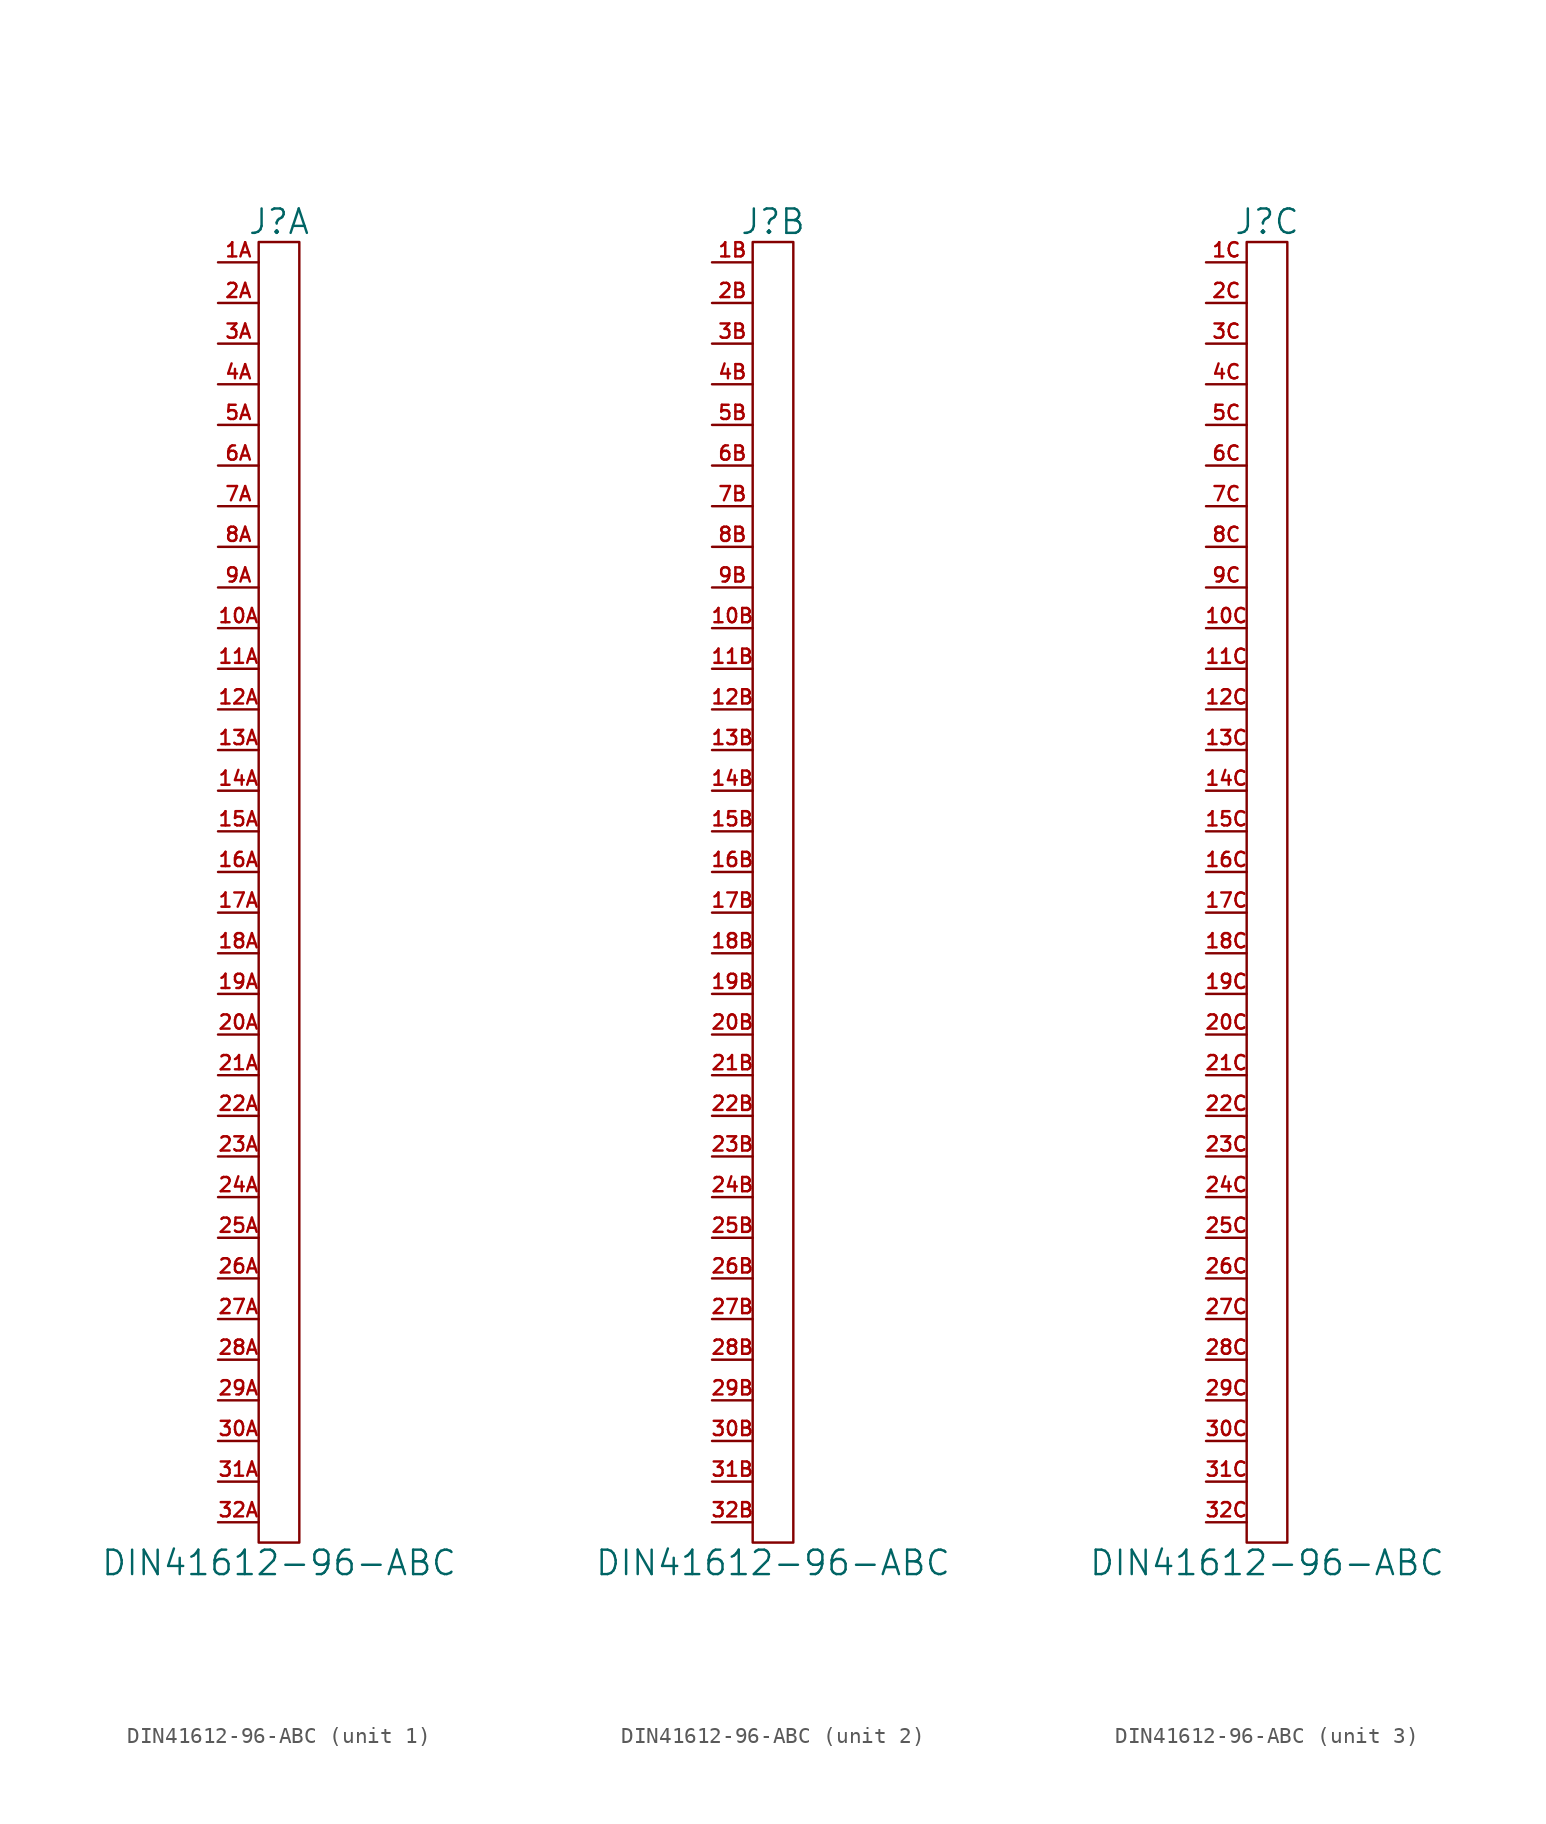
<source format=kicad_sym>
(kicad_symbol_lib
  (version 20211014)
  (generator kicad_symbol_editor)
  (symbol "DIN41612-96-ABC"
    (pin_names
      (offset 0))
    (property "Reference" "J"
      (at 0 41.91 0)
      (effects (font (size 1.524 1.524))))
    (property "Value" "DIN41612-96-ABC"
      (at 0 -41.91 0)
      (effects (font (size 1.524 1.524))))
    (property "Footprint" ""
      (at 0 0 0)
      (effects (font (size 1.524 1.524))))
    (property "Datasheet" ""
      (at 0 0 0)
      (effects (font (size 1.524 1.524))))
    (property "ki_locked" ""
      (at 0 0 0)
      (effects (font (size 1.27 1.27))))
    (symbol "DIN41612-96-ABC_0_1"
      (rectangle (start -1.27 40.64) (end 1.27 -40.64) (stroke (width 0) (type default) (color 0 0 0 0)) (fill (type none))))
    (symbol "DIN41612-96-ABC_1_1"
      (pin passive line (at -3.81 16.51 0) (length 2.54) (name "~" (effects (font (size 1.27 1.27)))) (number "10A" (effects (font (size 0.889 0.889)))))
      (pin passive line (at -3.81 13.97 0) (length 2.54) (name "~" (effects (font (size 1.27 1.27)))) (number "11A" (effects (font (size 0.889 0.889)))))
      (pin passive line (at -3.81 11.43 0) (length 2.54) (name "~" (effects (font (size 1.27 1.27)))) (number "12A" (effects (font (size 0.889 0.889)))))
      (pin passive line (at -3.81 8.89 0) (length 2.54) (name "~" (effects (font (size 1.27 1.27)))) (number "13A" (effects (font (size 0.889 0.889)))))
      (pin passive line (at -3.81 6.35 0) (length 2.54) (name "~" (effects (font (size 1.27 1.27)))) (number "14A" (effects (font (size 0.889 0.889)))))
      (pin passive line (at -3.81 3.81 0) (length 2.54) (name "~" (effects (font (size 1.27 1.27)))) (number "15A" (effects (font (size 0.889 0.889)))))
      (pin passive line (at -3.81 1.27 0) (length 2.54) (name "~" (effects (font (size 1.27 1.27)))) (number "16A" (effects (font (size 0.889 0.889)))))
      (pin passive line (at -3.81 -1.27 0) (length 2.54) (name "~" (effects (font (size 1.27 1.27)))) (number "17A" (effects (font (size 0.889 0.889)))))
      (pin passive line (at -3.81 -3.81 0) (length 2.54) (name "~" (effects (font (size 1.27 1.27)))) (number "18A" (effects (font (size 0.889 0.889)))))
      (pin passive line (at -3.81 -6.35 0) (length 2.54) (name "~" (effects (font (size 1.27 1.27)))) (number "19A" (effects (font (size 0.889 0.889)))))
      (pin passive line (at -3.81 39.37 0) (length 2.54) (name "~" (effects (font (size 1.27 1.27)))) (number "1A" (effects (font (size 0.889 0.889)))))
      (pin passive line (at -3.81 -8.89 0) (length 2.54) (name "~" (effects (font (size 1.27 1.27)))) (number "20A" (effects (font (size 0.889 0.889)))))
      (pin passive line (at -3.81 -11.43 0) (length 2.54) (name "~" (effects (font (size 1.27 1.27)))) (number "21A" (effects (font (size 0.889 0.889)))))
      (pin passive line (at -3.81 -13.97 0) (length 2.54) (name "~" (effects (font (size 1.27 1.27)))) (number "22A" (effects (font (size 0.889 0.889)))))
      (pin passive line (at -3.81 -16.51 0) (length 2.54) (name "~" (effects (font (size 1.27 1.27)))) (number "23A" (effects (font (size 0.889 0.889)))))
      (pin passive line (at -3.81 -19.05 0) (length 2.54) (name "~" (effects (font (size 1.27 1.27)))) (number "24A" (effects (font (size 0.889 0.889)))))
      (pin passive line (at -3.81 -21.59 0) (length 2.54) (name "~" (effects (font (size 1.27 1.27)))) (number "25A" (effects (font (size 0.889 0.889)))))
      (pin passive line (at -3.81 -24.13 0) (length 2.54) (name "~" (effects (font (size 1.27 1.27)))) (number "26A" (effects (font (size 0.889 0.889)))))
      (pin passive line (at -3.81 -26.67 0) (length 2.54) (name "~" (effects (font (size 1.27 1.27)))) (number "27A" (effects (font (size 0.889 0.889)))))
      (pin passive line (at -3.81 -29.21 0) (length 2.54) (name "~" (effects (font (size 1.27 1.27)))) (number "28A" (effects (font (size 0.889 0.889)))))
      (pin passive line (at -3.81 -31.75 0) (length 2.54) (name "~" (effects (font (size 1.27 1.27)))) (number "29A" (effects (font (size 0.889 0.889)))))
      (pin passive line (at -3.81 36.83 0) (length 2.54) (name "~" (effects (font (size 1.27 1.27)))) (number "2A" (effects (font (size 0.889 0.889)))))
      (pin passive line (at -3.81 -34.29 0) (length 2.54) (name "~" (effects (font (size 1.27 1.27)))) (number "30A" (effects (font (size 0.889 0.889)))))
      (pin passive line (at -3.81 -36.83 0) (length 2.54) (name "~" (effects (font (size 1.27 1.27)))) (number "31A" (effects (font (size 0.889 0.889)))))
      (pin passive line (at -3.81 -39.37 0) (length 2.54) (name "~" (effects (font (size 1.27 1.27)))) (number "32A" (effects (font (size 0.889 0.889)))))
      (pin passive line (at -3.81 34.29 0) (length 2.54) (name "~" (effects (font (size 1.27 1.27)))) (number "3A" (effects (font (size 0.889 0.889)))))
      (pin passive line (at -3.81 31.75 0) (length 2.54) (name "~" (effects (font (size 1.27 1.27)))) (number "4A" (effects (font (size 0.889 0.889)))))
      (pin passive line (at -3.81 29.21 0) (length 2.54) (name "~" (effects (font (size 1.27 1.27)))) (number "5A" (effects (font (size 0.889 0.889)))))
      (pin passive line (at -3.81 26.67 0) (length 2.54) (name "~" (effects (font (size 1.27 1.27)))) (number "6A" (effects (font (size 0.889 0.889)))))
      (pin passive line (at -3.81 24.13 0) (length 2.54) (name "~" (effects (font (size 1.27 1.27)))) (number "7A" (effects (font (size 0.889 0.889)))))
      (pin passive line (at -3.81 21.59 0) (length 2.54) (name "~" (effects (font (size 1.27 1.27)))) (number "8A" (effects (font (size 0.889 0.889)))))
      (pin passive line (at -3.81 19.05 0) (length 2.54) (name "~" (effects (font (size 1.27 1.27)))) (number "9A" (effects (font (size 0.889 0.889))))))
    (symbol "DIN41612-96-ABC_2_1"
      (pin passive line (at -3.81 16.51 0) (length 2.54) (name "~" (effects (font (size 1.27 1.27)))) (number "10B" (effects (font (size 0.889 0.889)))))
      (pin passive line (at -3.81 13.97 0) (length 2.54) (name "~" (effects (font (size 1.27 1.27)))) (number "11B" (effects (font (size 0.889 0.889)))))
      (pin passive line (at -3.81 11.43 0) (length 2.54) (name "~" (effects (font (size 1.27 1.27)))) (number "12B" (effects (font (size 0.889 0.889)))))
      (pin passive line (at -3.81 8.89 0) (length 2.54) (name "~" (effects (font (size 1.27 1.27)))) (number "13B" (effects (font (size 0.889 0.889)))))
      (pin passive line (at -3.81 6.35 0) (length 2.54) (name "~" (effects (font (size 1.27 1.27)))) (number "14B" (effects (font (size 0.889 0.889)))))
      (pin passive line (at -3.81 3.81 0) (length 2.54) (name "~" (effects (font (size 1.27 1.27)))) (number "15B" (effects (font (size 0.889 0.889)))))
      (pin passive line (at -3.81 1.27 0) (length 2.54) (name "~" (effects (font (size 1.27 1.27)))) (number "16B" (effects (font (size 0.889 0.889)))))
      (pin passive line (at -3.81 -1.27 0) (length 2.54) (name "~" (effects (font (size 1.27 1.27)))) (number "17B" (effects (font (size 0.889 0.889)))))
      (pin passive line (at -3.81 -3.81 0) (length 2.54) (name "~" (effects (font (size 1.27 1.27)))) (number "18B" (effects (font (size 0.889 0.889)))))
      (pin passive line (at -3.81 -6.35 0) (length 2.54) (name "~" (effects (font (size 1.27 1.27)))) (number "19B" (effects (font (size 0.889 0.889)))))
      (pin passive line (at -3.81 39.37 0) (length 2.54) (name "~" (effects (font (size 1.27 1.27)))) (number "1B" (effects (font (size 0.889 0.889)))))
      (pin passive line (at -3.81 -8.89 0) (length 2.54) (name "~" (effects (font (size 1.27 1.27)))) (number "20B" (effects (font (size 0.889 0.889)))))
      (pin passive line (at -3.81 -11.43 0) (length 2.54) (name "~" (effects (font (size 1.27 1.27)))) (number "21B" (effects (font (size 0.889 0.889)))))
      (pin passive line (at -3.81 -13.97 0) (length 2.54) (name "~" (effects (font (size 1.27 1.27)))) (number "22B" (effects (font (size 0.889 0.889)))))
      (pin passive line (at -3.81 -16.51 0) (length 2.54) (name "~" (effects (font (size 1.27 1.27)))) (number "23B" (effects (font (size 0.889 0.889)))))
      (pin passive line (at -3.81 -19.05 0) (length 2.54) (name "~" (effects (font (size 1.27 1.27)))) (number "24B" (effects (font (size 0.889 0.889)))))
      (pin passive line (at -3.81 -21.59 0) (length 2.54) (name "~" (effects (font (size 1.27 1.27)))) (number "25B" (effects (font (size 0.889 0.889)))))
      (pin passive line (at -3.81 -24.13 0) (length 2.54) (name "~" (effects (font (size 1.27 1.27)))) (number "26B" (effects (font (size 0.889 0.889)))))
      (pin passive line (at -3.81 -26.67 0) (length 2.54) (name "~" (effects (font (size 1.27 1.27)))) (number "27B" (effects (font (size 0.889 0.889)))))
      (pin passive line (at -3.81 -29.21 0) (length 2.54) (name "~" (effects (font (size 1.27 1.27)))) (number "28B" (effects (font (size 0.889 0.889)))))
      (pin passive line (at -3.81 -31.75 0) (length 2.54) (name "~" (effects (font (size 1.27 1.27)))) (number "29B" (effects (font (size 0.889 0.889)))))
      (pin passive line (at -3.81 36.83 0) (length 2.54) (name "~" (effects (font (size 1.27 1.27)))) (number "2B" (effects (font (size 0.889 0.889)))))
      (pin passive line (at -3.81 -34.29 0) (length 2.54) (name "~" (effects (font (size 1.27 1.27)))) (number "30B" (effects (font (size 0.889 0.889)))))
      (pin passive line (at -3.81 -36.83 0) (length 2.54) (name "~" (effects (font (size 1.27 1.27)))) (number "31B" (effects (font (size 0.889 0.889)))))
      (pin passive line (at -3.81 -39.37 0) (length 2.54) (name "~" (effects (font (size 1.27 1.27)))) (number "32B" (effects (font (size 0.889 0.889)))))
      (pin passive line (at -3.81 34.29 0) (length 2.54) (name "~" (effects (font (size 1.27 1.27)))) (number "3B" (effects (font (size 0.889 0.889)))))
      (pin passive line (at -3.81 31.75 0) (length 2.54) (name "~" (effects (font (size 1.27 1.27)))) (number "4B" (effects (font (size 0.889 0.889)))))
      (pin passive line (at -3.81 29.21 0) (length 2.54) (name "~" (effects (font (size 1.27 1.27)))) (number "5B" (effects (font (size 0.889 0.889)))))
      (pin passive line (at -3.81 26.67 0) (length 2.54) (name "~" (effects (font (size 1.27 1.27)))) (number "6B" (effects (font (size 0.889 0.889)))))
      (pin passive line (at -3.81 24.13 0) (length 2.54) (name "~" (effects (font (size 1.27 1.27)))) (number "7B" (effects (font (size 0.889 0.889)))))
      (pin passive line (at -3.81 21.59 0) (length 2.54) (name "~" (effects (font (size 1.27 1.27)))) (number "8B" (effects (font (size 0.889 0.889)))))
      (pin passive line (at -3.81 19.05 0) (length 2.54) (name "~" (effects (font (size 1.27 1.27)))) (number "9B" (effects (font (size 0.889 0.889))))))
    (symbol "DIN41612-96-ABC_3_1"
      (pin passive line (at -3.81 16.51 0) (length 2.54) (name "~" (effects (font (size 1.27 1.27)))) (number "10C" (effects (font (size 0.889 0.889)))))
      (pin passive line (at -3.81 13.97 0) (length 2.54) (name "~" (effects (font (size 1.27 1.27)))) (number "11C" (effects (font (size 0.889 0.889)))))
      (pin passive line (at -3.81 11.43 0) (length 2.54) (name "~" (effects (font (size 1.27 1.27)))) (number "12C" (effects (font (size 0.889 0.889)))))
      (pin passive line (at -3.81 8.89 0) (length 2.54) (name "~" (effects (font (size 1.27 1.27)))) (number "13C" (effects (font (size 0.889 0.889)))))
      (pin passive line (at -3.81 6.35 0) (length 2.54) (name "~" (effects (font (size 1.27 1.27)))) (number "14C" (effects (font (size 0.889 0.889)))))
      (pin passive line (at -3.81 3.81 0) (length 2.54) (name "~" (effects (font (size 1.27 1.27)))) (number "15C" (effects (font (size 0.889 0.889)))))
      (pin passive line (at -3.81 1.27 0) (length 2.54) (name "~" (effects (font (size 1.27 1.27)))) (number "16C" (effects (font (size 0.889 0.889)))))
      (pin passive line (at -3.81 -1.27 0) (length 2.54) (name "~" (effects (font (size 1.27 1.27)))) (number "17C" (effects (font (size 0.889 0.889)))))
      (pin passive line (at -3.81 -3.81 0) (length 2.54) (name "~" (effects (font (size 1.27 1.27)))) (number "18C" (effects (font (size 0.889 0.889)))))
      (pin passive line (at -3.81 -6.35 0) (length 2.54) (name "~" (effects (font (size 1.27 1.27)))) (number "19C" (effects (font (size 0.889 0.889)))))
      (pin passive line (at -3.81 39.37 0) (length 2.54) (name "~" (effects (font (size 1.27 1.27)))) (number "1C" (effects (font (size 0.889 0.889)))))
      (pin passive line (at -3.81 -8.89 0) (length 2.54) (name "~" (effects (font (size 1.27 1.27)))) (number "20C" (effects (font (size 0.889 0.889)))))
      (pin passive line (at -3.81 -11.43 0) (length 2.54) (name "~" (effects (font (size 1.27 1.27)))) (number "21C" (effects (font (size 0.889 0.889)))))
      (pin passive line (at -3.81 -13.97 0) (length 2.54) (name "~" (effects (font (size 1.27 1.27)))) (number "22C" (effects (font (size 0.889 0.889)))))
      (pin passive line (at -3.81 -16.51 0) (length 2.54) (name "~" (effects (font (size 1.27 1.27)))) (number "23C" (effects (font (size 0.889 0.889)))))
      (pin passive line (at -3.81 -19.05 0) (length 2.54) (name "~" (effects (font (size 1.27 1.27)))) (number "24C" (effects (font (size 0.889 0.889)))))
      (pin passive line (at -3.81 -21.59 0) (length 2.54) (name "~" (effects (font (size 1.27 1.27)))) (number "25C" (effects (font (size 0.889 0.889)))))
      (pin passive line (at -3.81 -24.13 0) (length 2.54) (name "~" (effects (font (size 1.27 1.27)))) (number "26C" (effects (font (size 0.889 0.889)))))
      (pin passive line (at -3.81 -26.67 0) (length 2.54) (name "~" (effects (font (size 1.27 1.27)))) (number "27C" (effects (font (size 0.889 0.889)))))
      (pin passive line (at -3.81 -29.21 0) (length 2.54) (name "~" (effects (font (size 1.27 1.27)))) (number "28C" (effects (font (size 0.889 0.889)))))
      (pin passive line (at -3.81 -31.75 0) (length 2.54) (name "~" (effects (font (size 1.27 1.27)))) (number "29C" (effects (font (size 0.889 0.889)))))
      (pin passive line (at -3.81 36.83 0) (length 2.54) (name "~" (effects (font (size 1.27 1.27)))) (number "2C" (effects (font (size 0.889 0.889)))))
      (pin passive line (at -3.81 -34.29 0) (length 2.54) (name "~" (effects (font (size 1.27 1.27)))) (number "30C" (effects (font (size 0.889 0.889)))))
      (pin passive line (at -3.81 -36.83 0) (length 2.54) (name "~" (effects (font (size 1.27 1.27)))) (number "31C" (effects (font (size 0.889 0.889)))))
      (pin passive line (at -3.81 -39.37 0) (length 2.54) (name "~" (effects (font (size 1.27 1.27)))) (number "32C" (effects (font (size 0.889 0.889)))))
      (pin passive line (at -3.81 34.29 0) (length 2.54) (name "~" (effects (font (size 1.27 1.27)))) (number "3C" (effects (font (size 0.889 0.889)))))
      (pin passive line (at -3.81 31.75 0) (length 2.54) (name "~" (effects (font (size 1.27 1.27)))) (number "4C" (effects (font (size 0.889 0.889)))))
      (pin passive line (at -3.81 29.21 0) (length 2.54) (name "~" (effects (font (size 1.27 1.27)))) (number "5C" (effects (font (size 0.889 0.889)))))
      (pin passive line (at -3.81 26.67 0) (length 2.54) (name "~" (effects (font (size 1.27 1.27)))) (number "6C" (effects (font (size 0.889 0.889)))))
      (pin passive line (at -3.81 24.13 0) (length 2.54) (name "~" (effects (font (size 1.27 1.27)))) (number "7C" (effects (font (size 0.889 0.889)))))
      (pin passive line (at -3.81 21.59 0) (length 2.54) (name "~" (effects (font (size 1.27 1.27)))) (number "8C" (effects (font (size 0.889 0.889)))))
      (pin passive line (at -3.81 19.05 0) (length 2.54) (name "~" (effects (font (size 1.27 1.27)))) (number "9C" (effects (font (size 0.889 0.889))))))))
</source>
